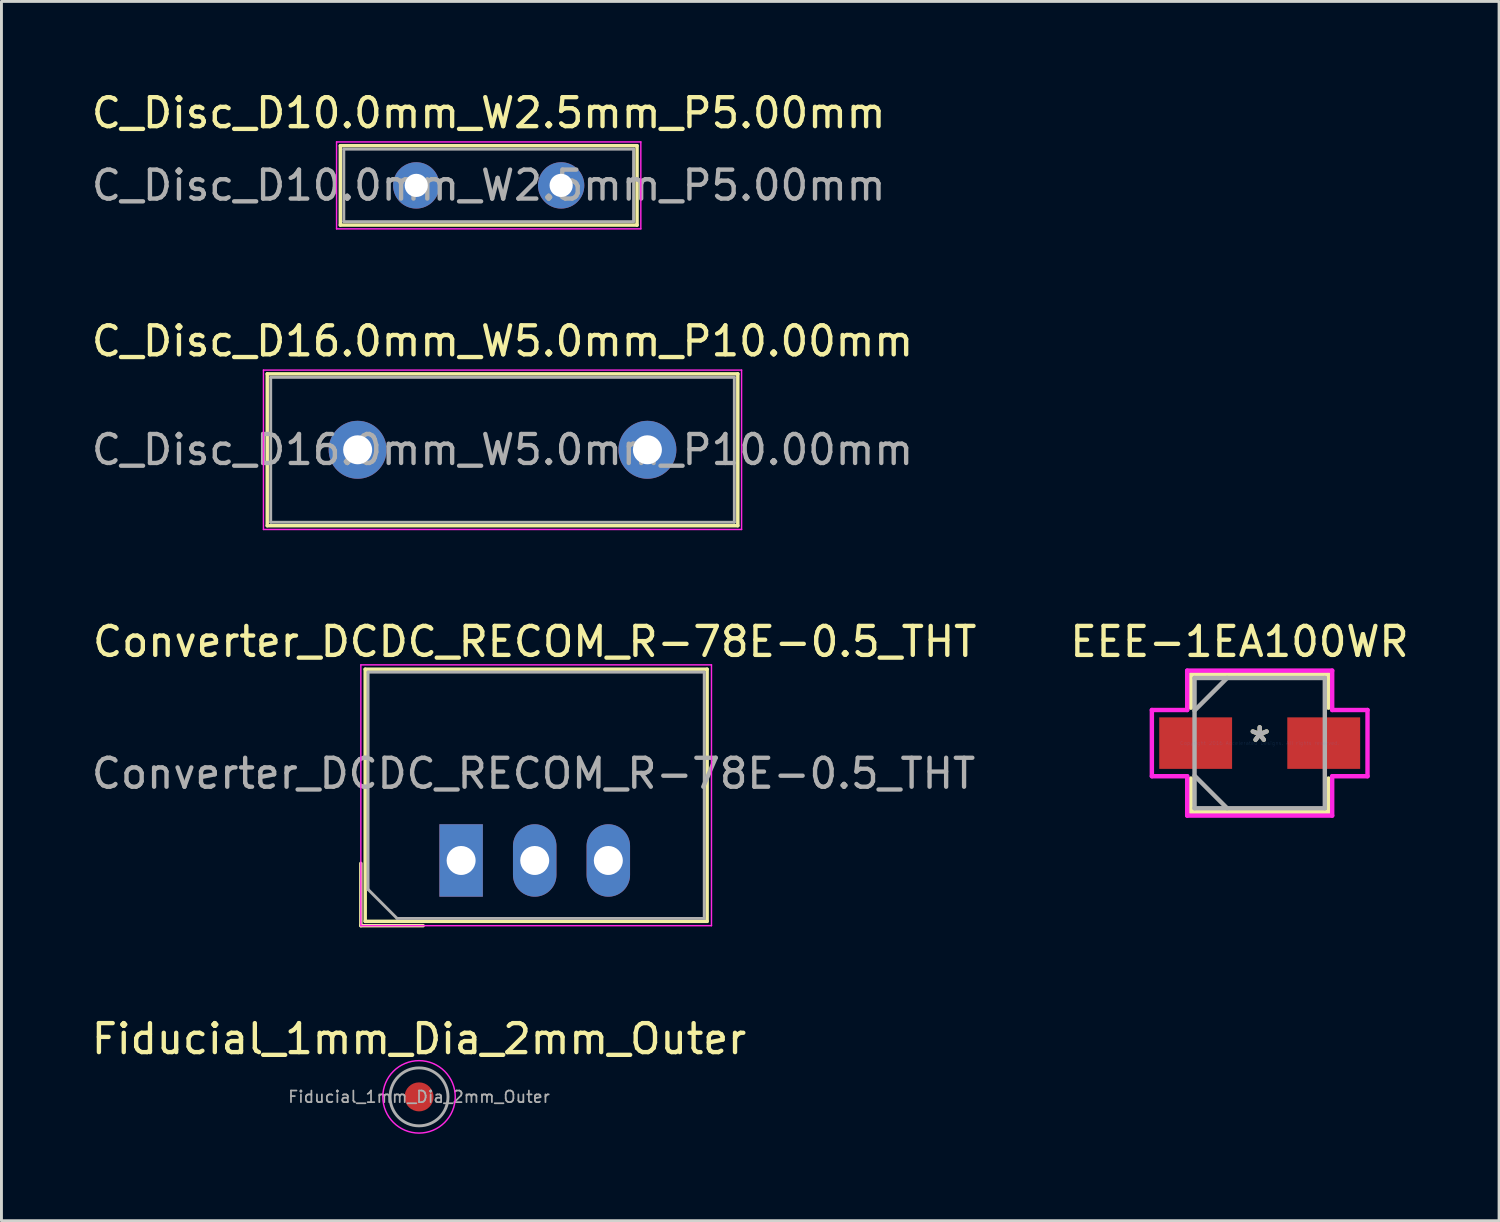
<source format=kicad_pcb>
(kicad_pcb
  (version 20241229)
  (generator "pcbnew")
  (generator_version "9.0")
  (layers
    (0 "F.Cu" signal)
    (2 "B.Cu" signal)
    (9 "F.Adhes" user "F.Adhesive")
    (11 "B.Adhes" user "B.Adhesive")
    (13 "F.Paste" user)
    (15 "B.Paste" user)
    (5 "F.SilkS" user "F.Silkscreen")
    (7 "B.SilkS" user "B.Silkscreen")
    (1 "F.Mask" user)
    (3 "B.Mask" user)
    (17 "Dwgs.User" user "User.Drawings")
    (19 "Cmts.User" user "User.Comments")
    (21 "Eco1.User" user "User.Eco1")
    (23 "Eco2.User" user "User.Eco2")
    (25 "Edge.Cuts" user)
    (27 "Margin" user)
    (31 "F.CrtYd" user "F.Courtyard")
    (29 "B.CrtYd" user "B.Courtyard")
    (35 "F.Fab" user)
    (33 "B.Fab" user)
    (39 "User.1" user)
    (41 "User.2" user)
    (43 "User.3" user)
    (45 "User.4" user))
  (footprint "Converter_DCDC_RECOM_R-78E-0.5_THT"
    (layer "F.Cu")
    (at 12.863 26.645)
    (property "Reference" "Converter_DCDC_RECOM_R-78E-0.5_THT" (at 2.54 -7.55 0) (layer "F.SilkS") (effects (font (size 1 1) (thickness 0.15))))
    (attr through_hole)
    (fp_line (start -3.46 0.1) (end -3.46 2.25) (stroke (width 0.12) (type solid)) (layer "F.SilkS"))
    (fp_line (start -3.46 2.25) (end -1.31 2.25) (stroke (width 0.12) (type solid)) (layer "F.SilkS"))
    (fp_line (start -3.31 -6.6) (end -3.31 2.1) (stroke (width 0.12) (type solid)) (layer "F.SilkS"))
    (fp_line (start -3.31 2.1) (end 8.49 2.1) (stroke (width 0.12) (type solid)) (layer "F.SilkS"))
    (fp_line (start 8.49 -6.6) (end -3.31 -6.6) (stroke (width 0.12) (type solid)) (layer "F.SilkS"))
    (fp_line (start 8.49 2.1) (end 8.49 -6.6) (stroke (width 0.12) (type solid)) (layer "F.SilkS"))
    (fp_line (start -3.46 -6.75) (end -3.46 2.25) (stroke (width 0.05) (type solid)) (layer "F.CrtYd"))
    (fp_line (start -3.46 2.25) (end 8.64 2.25) (stroke (width 0.05) (type solid)) (layer "F.CrtYd"))
    (fp_line (start 8.64 -6.75) (end -3.46 -6.75) (stroke (width 0.05) (type solid)) (layer "F.CrtYd"))
    (fp_line (start 8.64 2.25) (end 8.64 -6.75) (stroke (width 0.05) (type solid)) (layer "F.CrtYd"))
    (fp_line (start -3.21 -6.5) (end -3.21 1) (stroke (width 0.1) (type solid)) (layer "F.Fab"))
    (fp_line (start -3.21 1) (end -2.21 2) (stroke (width 0.1) (type solid)) (layer "F.Fab"))
    (fp_line (start -2.21 2) (end 8.39 2) (stroke (width 0.1) (type solid)) (layer "F.Fab"))
    (fp_line (start 8.39 -6.5) (end -3.21 -6.5) (stroke (width 0.1) (type solid)) (layer "F.Fab"))
    (fp_line (start 8.39 2) (end 8.39 -6.5) (stroke (width 0.1) (type solid)) (layer "F.Fab"))
    (fp_text user "${REFERENCE}" (at 2.5 -3 0) (layer "F.Fab") (effects (font (size 1 1) (thickness 0.15))))
    (pad "1" thru_hole rect (at 0 0) (size 1.5 2.5) (drill 1) (layers "*.Cu" "*.Mask"))
    (pad "2" thru_hole oval (at 2.54 0) (size 1.5 2.5) (drill 1) (layers "*.Cu" "*.Mask"))
    (pad "3" thru_hole oval (at 5.08 0) (size 1.5 2.5) (drill 1) (layers "*.Cu" "*.Mask")))
  (footprint "C_Disc_D16.0mm_W5.0mm_P10.00mm"
    (layer "F.Cu")
    (at 9.292 12.472)
    (property "Reference" "C_Disc_D16.0mm_W5.0mm_P10.00mm" (at 5 -3.75 0) (layer "F.SilkS") (effects (font (size 1 1) (thickness 0.15))))
    (attr through_hole)
    (fp_line (start -3.12 -2.62) (end -3.12 2.62) (stroke (width 0.12) (type solid)) (layer "F.SilkS"))
    (fp_line (start -3.12 -2.62) (end 13.12 -2.62) (stroke (width 0.12) (type solid)) (layer "F.SilkS"))
    (fp_line (start -3.12 2.62) (end 13.12 2.62) (stroke (width 0.12) (type solid)) (layer "F.SilkS"))
    (fp_line (start 13.12 -2.62) (end 13.12 2.62) (stroke (width 0.12) (type solid)) (layer "F.SilkS"))
    (fp_line (start -3.25 -2.75) (end -3.25 2.75) (stroke (width 0.05) (type solid)) (layer "F.CrtYd"))
    (fp_line (start -3.25 2.75) (end 13.25 2.75) (stroke (width 0.05) (type solid)) (layer "F.CrtYd"))
    (fp_line (start 13.25 -2.75) (end -3.25 -2.75) (stroke (width 0.05) (type solid)) (layer "F.CrtYd"))
    (fp_line (start 13.25 2.75) (end 13.25 -2.75) (stroke (width 0.05) (type solid)) (layer "F.CrtYd"))
    (fp_line (start -3 -2.5) (end -3 2.5) (stroke (width 0.1) (type solid)) (layer "F.Fab"))
    (fp_line (start -3 2.5) (end 13 2.5) (stroke (width 0.1) (type solid)) (layer "F.Fab"))
    (fp_line (start 13 -2.5) (end -3 -2.5) (stroke (width 0.1) (type solid)) (layer "F.Fab"))
    (fp_line (start 13 2.5) (end 13 -2.5) (stroke (width 0.1) (type solid)) (layer "F.Fab"))
    (fp_text user "${REFERENCE}" (at 5 0 0) (layer "F.Fab") (effects (font (size 1 1) (thickness 0.15))))
    (pad "1" thru_hole circle (at 0 0) (size 2 2) (drill 1) (layers "*.Cu" "*.Mask"))
    (pad "2" thru_hole circle (at 10 0) (size 2 2) (drill 1) (layers "*.Cu" "*.Mask")))
  (footprint "C_Disc_D10.0mm_W2.5mm_P5.00mm"
    (layer "F.Cu")
    (at 11.315 3.348)
    (property "Reference" "C_Disc_D10.0mm_W2.5mm_P5.00mm" (at 2.5 -2.5 0) (layer "F.SilkS") (effects (font (size 1 1) (thickness 0.15))))
    (attr through_hole)
    (fp_line (start -2.62 -1.37) (end -2.62 1.37) (stroke (width 0.12) (type solid)) (layer "F.SilkS"))
    (fp_line (start -2.62 -1.37) (end 7.62 -1.37) (stroke (width 0.12) (type solid)) (layer "F.SilkS"))
    (fp_line (start -2.62 1.37) (end 7.62 1.37) (stroke (width 0.12) (type solid)) (layer "F.SilkS"))
    (fp_line (start 7.62 -1.37) (end 7.62 1.37) (stroke (width 0.12) (type solid)) (layer "F.SilkS"))
    (fp_line (start -2.75 -1.5) (end -2.75 1.5) (stroke (width 0.05) (type solid)) (layer "F.CrtYd"))
    (fp_line (start -2.75 1.5) (end 7.75 1.5) (stroke (width 0.05) (type solid)) (layer "F.CrtYd"))
    (fp_line (start 7.75 -1.5) (end -2.75 -1.5) (stroke (width 0.05) (type solid)) (layer "F.CrtYd"))
    (fp_line (start 7.75 1.5) (end 7.75 -1.5) (stroke (width 0.05) (type solid)) (layer "F.CrtYd"))
    (fp_line (start -2.5 -1.25) (end -2.5 1.25) (stroke (width 0.1) (type solid)) (layer "F.Fab"))
    (fp_line (start -2.5 1.25) (end 7.5 1.25) (stroke (width 0.1) (type solid)) (layer "F.Fab"))
    (fp_line (start 7.5 -1.25) (end -2.5 -1.25) (stroke (width 0.1) (type solid)) (layer "F.Fab"))
    (fp_line (start 7.5 1.25) (end 7.5 -1.25) (stroke (width 0.1) (type solid)) (layer "F.Fab"))
    (fp_text user "${REFERENCE}" (at 2.5 0 0) (layer "F.Fab") (effects (font (size 1 1) (thickness 0.15))))
    (pad "1" thru_hole circle (at 0 0) (size 1.6 1.6) (drill 0.8) (layers "*.Cu" "*.Mask"))
    (pad "2" thru_hole circle (at 5 0) (size 1.6 1.6) (drill 0.8) (layers "*.Cu" "*.Mask")))
  (footprint "EEE-1EA100WR"
    (layer "F.Cu")
    (at 40.422 22.595)
    (property "Reference" "EEE-1EA100WR" (at -0.697 -3.5 0) (layer "F.SilkS") (effects (font (size 1 1) (thickness 0.15))))
    (attr through_hole)
    (fp_line (start -2.375 -2.375) (end -2.375 -1.222) (stroke (width 0.152) (type solid)) (layer "F.SilkS"))
    (fp_line (start -2.375 1.222) (end -2.375 2.375) (stroke (width 0.152) (type solid)) (layer "F.SilkS"))
    (fp_line (start -2.375 2.375) (end 2.375 2.375) (stroke (width 0.152) (type solid)) (layer "F.SilkS"))
    (fp_line (start 2.375 -2.375) (end -2.375 -2.375) (stroke (width 0.152) (type solid)) (layer "F.SilkS"))
    (fp_line (start 2.375 -1.222) (end 2.375 -2.375) (stroke (width 0.152) (type solid)) (layer "F.SilkS"))
    (fp_line (start 2.375 2.375) (end 2.375 1.222) (stroke (width 0.152) (type solid)) (layer "F.SilkS"))
    (fp_line (start -3.721 -1.143) (end -2.502 -1.143) (stroke (width 0.152) (type solid)) (layer "F.CrtYd"))
    (fp_line (start -3.721 1.143) (end -3.721 -1.143) (stroke (width 0.152) (type solid)) (layer "F.CrtYd"))
    (fp_line (start -2.502 -2.502) (end 2.502 -2.502) (stroke (width 0.152) (type solid)) (layer "F.CrtYd"))
    (fp_line (start -2.502 -1.143) (end -2.502 -2.502) (stroke (width 0.152) (type solid)) (layer "F.CrtYd"))
    (fp_line (start -2.502 1.143) (end -3.721 1.143) (stroke (width 0.152) (type solid)) (layer "F.CrtYd"))
    (fp_line (start -2.502 2.502) (end -2.502 1.143) (stroke (width 0.152) (type solid)) (layer "F.CrtYd"))
    (fp_line (start 2.502 -2.502) (end 2.502 -1.143) (stroke (width 0.152) (type solid)) (layer "F.CrtYd"))
    (fp_line (start 2.502 -1.143) (end 3.721 -1.143) (stroke (width 0.152) (type solid)) (layer "F.CrtYd"))
    (fp_line (start 2.502 1.143) (end 2.502 2.502) (stroke (width 0.152) (type solid)) (layer "F.CrtYd"))
    (fp_line (start 2.502 2.502) (end -2.502 2.502) (stroke (width 0.152) (type solid)) (layer "F.CrtYd"))
    (fp_line (start 3.721 -1.143) (end 3.721 1.143) (stroke (width 0.152) (type solid)) (layer "F.CrtYd"))
    (fp_line (start 3.721 1.143) (end 2.502 1.143) (stroke (width 0.152) (type solid)) (layer "F.CrtYd"))
    (fp_line (start -2.248 -2.248) (end -2.248 2.248) (stroke (width 0.152) (type solid)) (layer "F.Fab"))
    (fp_line (start -2.248 -1.124) (end -1.124 -2.248) (stroke (width 0.152) (type solid)) (layer "F.Fab"))
    (fp_line (start -2.248 1.124) (end -1.124 2.248) (stroke (width 0.152) (type solid)) (layer "F.Fab"))
    (fp_line (start -2.248 2.248) (end 2.248 2.248) (stroke (width 0.152) (type solid)) (layer "F.Fab"))
    (fp_line (start 2.248 -2.248) (end -2.248 -2.248) (stroke (width 0.152) (type solid)) (layer "F.Fab"))
    (fp_line (start 2.248 2.248) (end 2.248 -2.248) (stroke (width 0.152) (type solid)) (layer "F.Fab"))
    (fp_text user "*" (at 0 0 0) (layer "F.SilkS") (effects (font (size 1 1) (thickness 0.15))))
    (fp_text user "Copyright 2016 Accelerated Designs. All rights reserved." (at 0 0 0) (layer "Cmts.User") (effects (font (size 0.127 0.127) (thickness 0.002))))
    (fp_text user "*" (at 0 0 0) (layer "F.Fab") (effects (font (size 1 1) (thickness 0.15))))
    (pad "1" smd rect (at -2.21 0) (size 2.515 1.778) (layers "F.Cu" "F.Mask" "F.Paste"))
    (pad "2" smd rect (at 2.21 0) (size 2.515 1.778) (layers "F.Cu" "F.Mask" "F.Paste")))
  (footprint "Fiducial_1mm_Dia_2mm_Outer"
    (layer "F.Cu")
    (at 11.411 34.803)
    (property "Reference" "Fiducial_1mm_Dia_2mm_Outer" (at 0 -2 0) (layer "F.SilkS") (effects (font (size 1 1) (thickness 0.15))))
    (attr exclude_from_pos_files exclude_from_bom)
    (fp_circle (center 0 0) (end 1.25 0) (stroke (width 0.05) (type solid)) (fill no) (layer "F.CrtYd"))
    (fp_circle (center 0 0) (end 1 0) (stroke (width 0.1) (type solid)) (fill no) (layer "F.Fab"))
    (fp_text user "${REFERENCE}" (at 0 0 0) (layer "F.Fab") (effects (font (size 0.4 0.4) (thickness 0.06))))
    (pad "~" smd circle (at 0 0) (size 1 1) (layers "F.Cu" "F.Mask")))
  (gr_rect
    (start -3 -3)
    (end 48.683 39.078)
    (stroke (width 0.1) (type default))
    (fill no)
    (layer "Edge.Cuts")))
</source>
